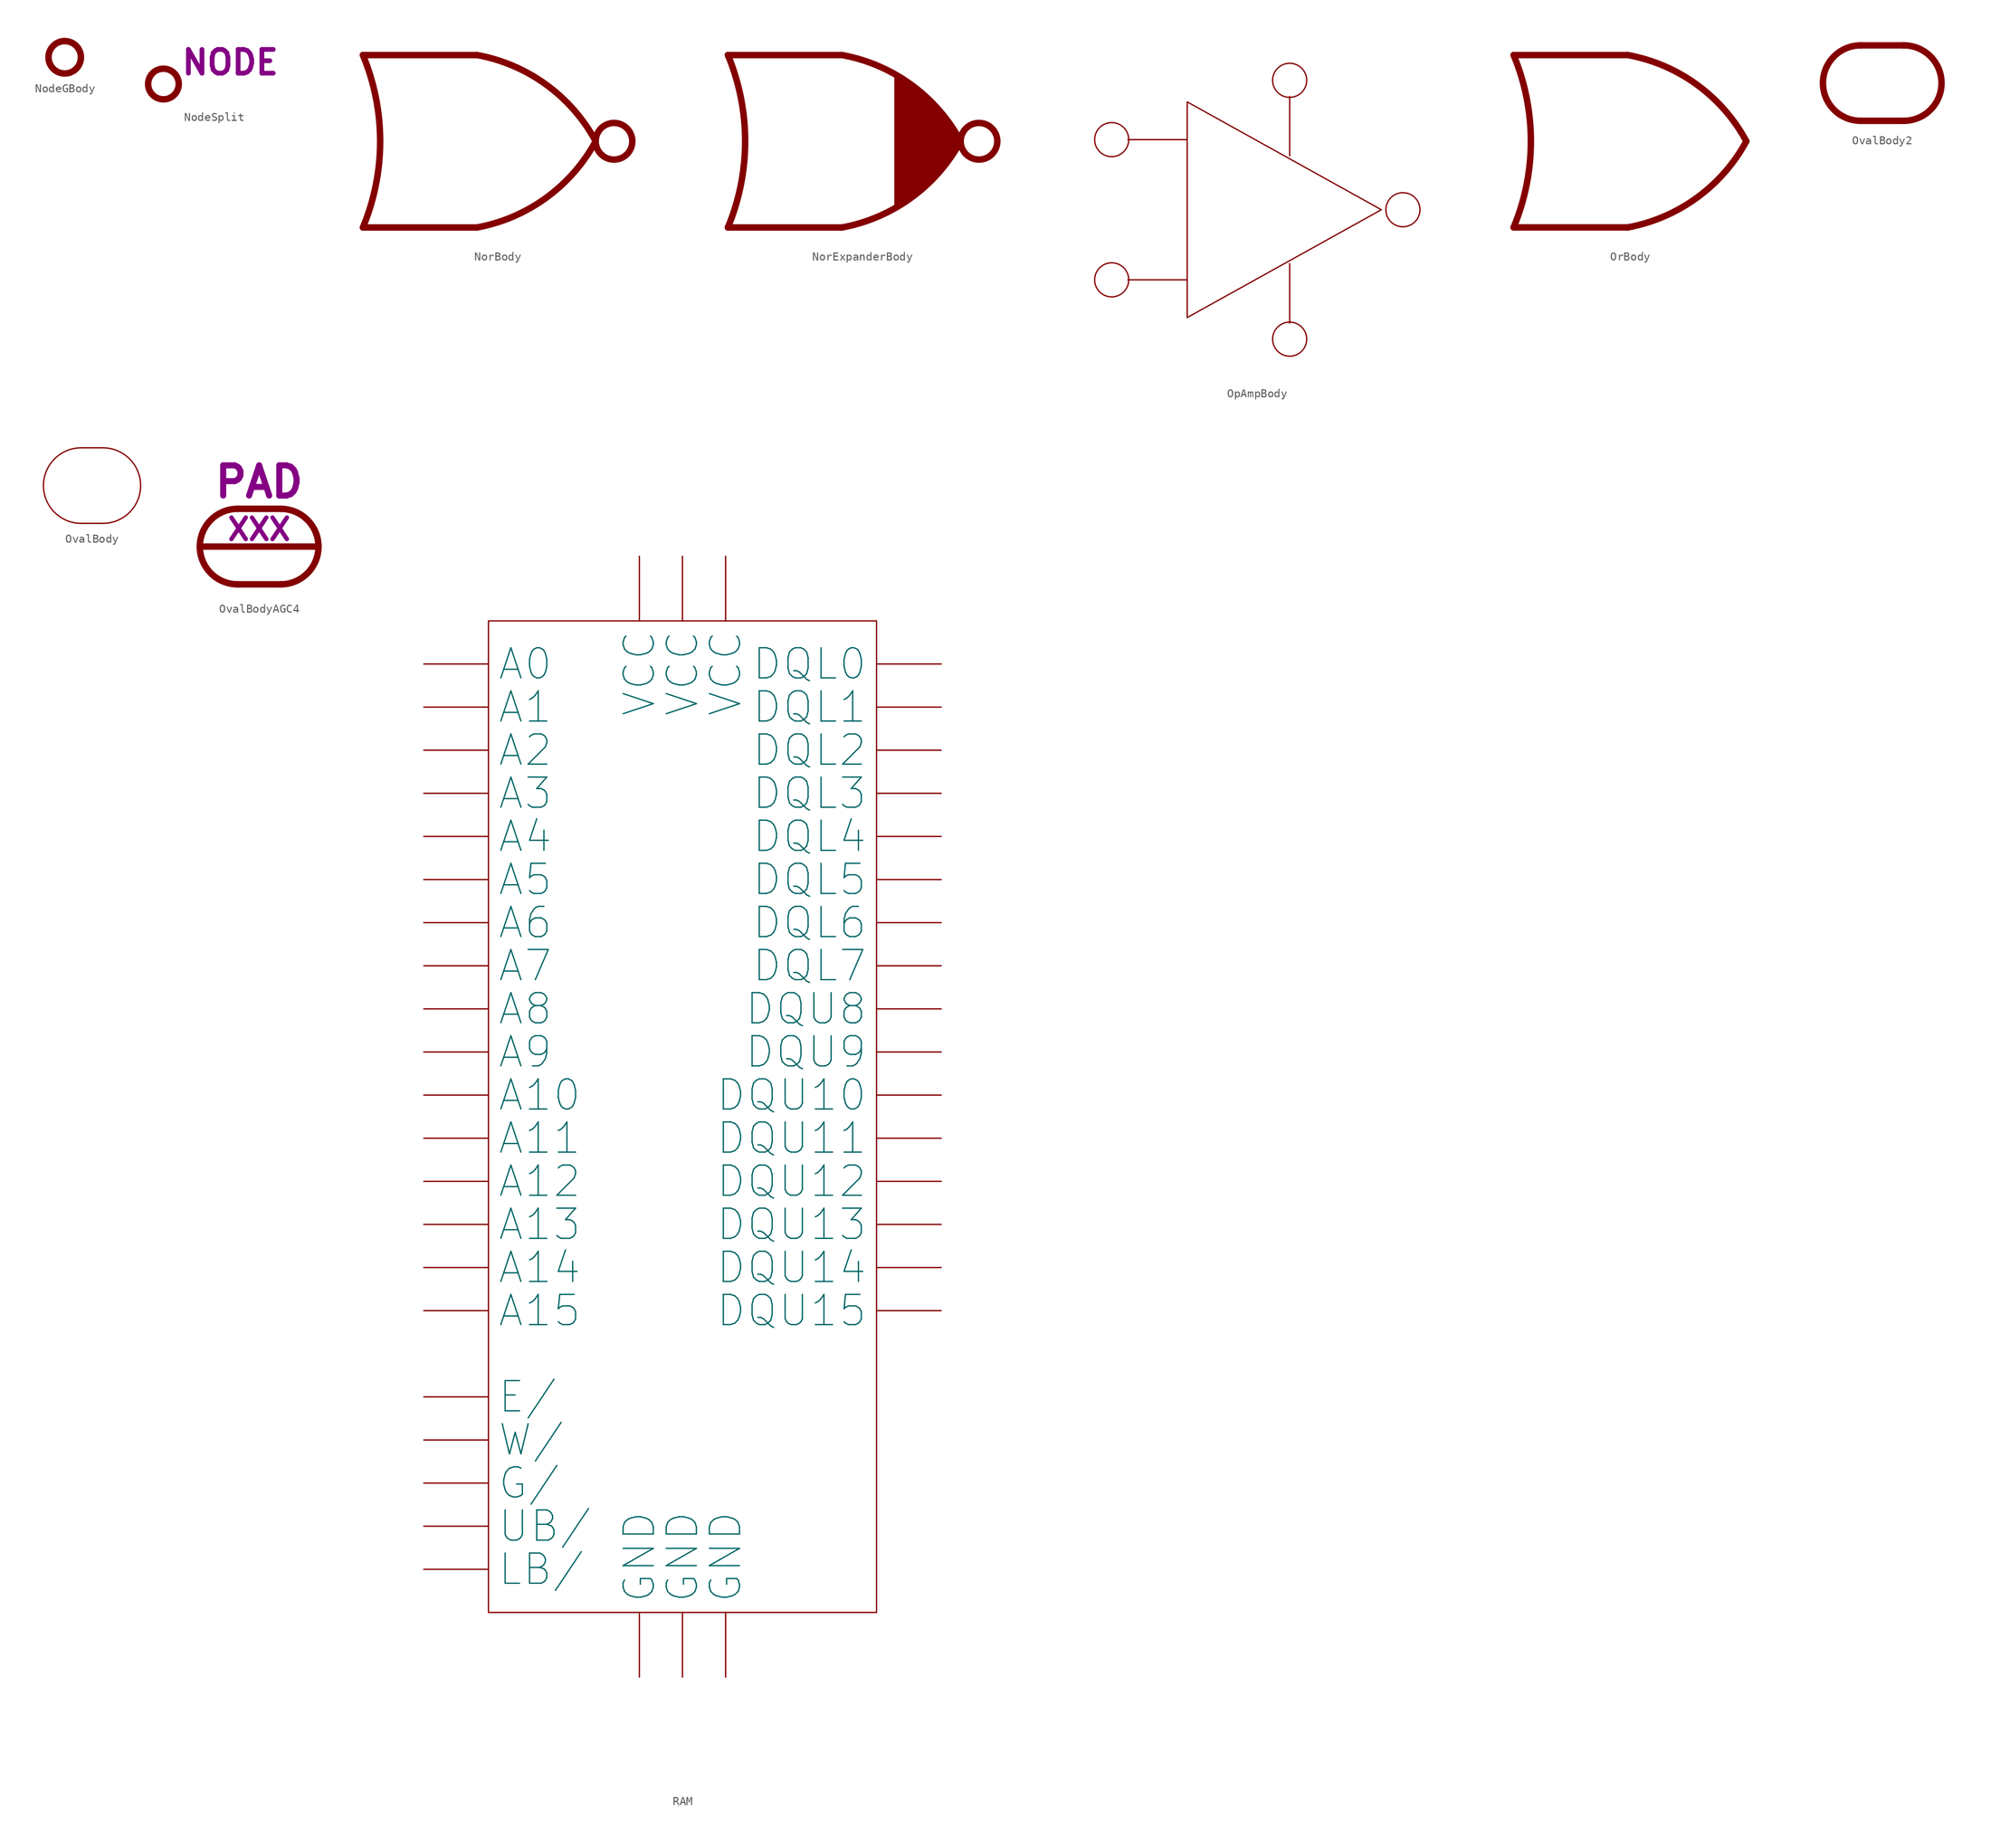
<source format=kicad_sym>
(kicad_symbol_lib
  (version 20211014)
  (generator kicad_symbol_editor)
  (symbol "NodeGBody"
    (pin_numbers hide)
    (pin_names
      (offset 0) hide)
    (property "Reference" "N"
      (at 0 -5.08 0)
      (effects (font (size 1.27 1.27)) hide))
    (symbol "NodeGBody_0_1"
      (circle (center 0 0) (radius 1.905) (stroke (width 0.762) (type default) (color 0 0 0 0)) (fill (type none)))))
  (symbol "NodeSplit"
    (pin_numbers hide)
    (pin_names
      (offset 0) hide)
    (property "Reference" "N"
      (at 0 -3.175 0)
      (effects (font (size 1.27 1.27)) hide))
    (property "Caption" "NODE"
      (at 1.905 2.54 0)
      (effects (font (size 2.794 2.794) bold) (justify left)))
    (symbol "NodeSplit_0_1"
      (circle (center 0 0) (radius 1.803) (stroke (width 0.762) (type default) (color 0 0 0 0)) (fill (type none))))
    (symbol "NodeSplit_1_1"
      (pin passive line (at 1.905 0 180) (length 0) (name "1" (effects (font (size 1.27 1.27)))) (number "1" (effects (font (size 1.27 1.27)))))
      (pin passive line (at -1.905 0 0) (length 0) (name "2" (effects (font (size 1.27 1.27)))) (number "2" (effects (font (size 1.27 1.27)))))))
  (symbol "NorBody"
    (pin_numbers hide)
    (pin_names
      (offset 0) hide)
    (property "Reference" "X"
      (at 0 12.065 0)
      (effects (font (size 1.27 1.27)) hide))
    (symbol "NorBody_0_1"
      (arc (start -12.7 -10.16) (mid -10.668 0) (end -12.7 10.16) (stroke (width 0.762) (type default) (color 0 0 0 0)) (fill (type none)))
      (polyline (pts (xy 0.762 -10.16) (xy -12.7 -10.16)) (stroke (width 0.762) (type default) (color 0 0 0 0)) (fill (type none)))
      (polyline (pts (xy 0.762 10.16) (xy -12.7 10.16)) (stroke (width 0.762) (type default) (color 0 0 0 0)) (fill (type none)))
      (arc (start 0.762 -10.16) (mid 8.8969 -6.663) (end 14.732 0) (stroke (width 0.762) (type default) (color 0 0 0 0)) (fill (type none)))
      (arc (start 14.732 0) (mid 8.9026 6.6708) (end 0.762 10.16) (stroke (width 0.762) (type default) (color 0 0 0 0)) (fill (type none)))
      (circle (center 16.891 0) (radius 2.159) (stroke (width 0.762) (type default) (color 0 0 0 0)) (fill (type none)))))
  (symbol "NorExpanderBody"
    (pin_numbers hide)
    (pin_names
      (offset 0) hide)
    (property "Reference" "X"
      (at 0 12.065 0)
      (effects (font (size 1.27 1.27)) hide))
    (symbol "NorExpanderBody_0_1"
      (arc (start -12.7 -10.16) (mid -10.668 0) (end -12.7 10.16) (stroke (width 0.762) (type default) (color 0 0 0 0)) (fill (type none)))
      (polyline (pts (xy 0.762 -10.16) (xy -12.7 -10.16)) (stroke (width 0.762) (type default) (color 0 0 0 0)) (fill (type none)))
      (polyline (pts (xy 0.762 10.16) (xy -12.7 10.16)) (stroke (width 0.762) (type default) (color 0 0 0 0)) (fill (type none)))
      (polyline (pts (xy 6.985 7.747) (xy 6.985 -8.001) (xy 8.636 -6.858) (xy 10.16 -5.588) (xy 11.303 -4.318) (xy 12.319 -3.302) (xy 13.208 -2.159) (xy 13.716 -1.397) (xy 14.605 0) (xy 13.843 1.397) (xy 12.192 3.429) (xy 10.795 4.953) (xy 9.525 6.223) (xy 7.874 7.366) (xy 6.985 7.747) (xy 7.112 7.62)) (stroke (width 0) (type default) (color 0 0 0 0)) (fill (type outline)))
      (arc (start 0.762 -10.16) (mid 8.8969 -6.663) (end 14.732 0) (stroke (width 0.762) (type default) (color 0 0 0 0)) (fill (type none)))
      (arc (start 14.732 0) (mid 8.9026 6.6708) (end 0.762 10.16) (stroke (width 0.762) (type default) (color 0 0 0 0)) (fill (type none)))
      (circle (center 16.891 0) (radius 2.159) (stroke (width 0.762) (type default) (color 0 0 0 0)) (fill (type none)))))
  (symbol "OpAmpBody"
    (pin_names
      (offset 0) hide)
    (property "Reference" "X"
      (at 7.62 0 0)
      (effects (font (size 3.556 3.556)) hide))
    (symbol "OpAmpBody_0_1"
      (circle (center -8.89 -8.255) (radius 2.007) (stroke (width 0) (type default) (color 0 0 0 0)) (fill (type none)))
      (circle (center -8.89 8.255) (radius 2.007) (stroke (width 0) (type default) (color 0 0 0 0)) (fill (type none)))
      (polyline (pts (xy 0 -8.255) (xy -6.985 -8.255)) (stroke (width 0) (type default) (color 0 0 0 0)) (fill (type none)))
      (polyline (pts (xy 0 8.255) (xy -6.985 8.255)) (stroke (width 0) (type default) (color 0 0 0 0)) (fill (type none)))
      (polyline (pts (xy 12.065 -6.35) (xy 12.065 -13.335)) (stroke (width 0) (type default) (color 0 0 0 0)) (fill (type none)))
      (polyline (pts (xy 12.065 6.35) (xy 12.065 13.335)) (stroke (width 0) (type default) (color 0 0 0 0)) (fill (type none)))
      (polyline (pts (xy 0 12.7) (xy 0 -12.7) (xy 22.86 0) (xy 0 12.7)) (stroke (width 0) (type default) (color 0 0 0 0)) (fill (type none)))
      (circle (center 12.065 -15.24) (radius 2.007) (stroke (width 0) (type default) (color 0 0 0 0)) (fill (type none)))
      (circle (center 12.065 15.24) (radius 2.007) (stroke (width 0) (type default) (color 0 0 0 0)) (fill (type none)))
      (circle (center 25.4 0) (radius 2.007) (stroke (width 0) (type default) (color 0 0 0 0)) (fill (type none)))))
  (symbol "OrBody"
    (pin_numbers hide)
    (pin_names
      (offset 0) hide)
    (property "Reference" "X"
      (at 0 12.065 0)
      (effects (font (size 1.27 1.27)) hide))
    (symbol "OrBody_0_1"
      (arc (start -12.7 -10.16) (mid -10.668 0) (end -12.7 10.16) (stroke (width 0.762) (type default) (color 0 0 0 0)) (fill (type none)))
      (polyline (pts (xy 0.762 -10.16) (xy -12.7 -10.16)) (stroke (width 0.762) (type default) (color 0 0 0 0)) (fill (type none)))
      (polyline (pts (xy 0.762 10.16) (xy -12.7 10.16)) (stroke (width 0.762) (type default) (color 0 0 0 0)) (fill (type none)))
      (arc (start 0.762 -10.16) (mid 8.8969 -6.663) (end 14.732 0) (stroke (width 0.762) (type default) (color 0 0 0 0)) (fill (type none)))
      (arc (start 14.732 0) (mid 8.9026 6.6708) (end 0.762 10.16) (stroke (width 0.762) (type default) (color 0 0 0 0)) (fill (type none)))))
  (symbol "OvalBody2"
    (pin_numbers hide)
    (pin_names
      (offset 0) hide)
    (property "Reference" "X"
      (at 1.27 -7.62 0)
      (effects (font (size 3.556 3.556)) hide))
    (symbol "OvalBody2_1_0"
      (arc (start -2.54 4.445) (mid -6.985 0) (end -2.54 -4.445) (stroke (width 0.762) (type default) (color 0 0 0 0)) (fill (type none)))
      (polyline (pts (xy -2.54 -4.445) (xy 2.54 -4.445)) (stroke (width 0.762) (type default) (color 0 0 0 0)) (fill (type none)))
      (polyline (pts (xy -2.54 4.445) (xy 2.54 4.445)) (stroke (width 0.762) (type default) (color 0 0 0 0)) (fill (type none)))
      (arc (start 2.54 -4.445) (mid 6.985 0) (end 2.54 4.445) (stroke (width 0.762) (type default) (color 0 0 0 0)) (fill (type none)))))
  (symbol "OvalBody"
    (pin_numbers hide)
    (pin_names
      (offset 0) hide)
    (property "Reference" "X"
      (at 0 5.715 0)
      (effects (font (size 1.27 1.27)) hide))
    (symbol "OvalBody_0_0"
      (arc (start -1.27 4.445) (mid -5.715 0) (end -1.27 -4.445) (stroke (width 0) (type default) (color 0 0 0 0)) (fill (type none)))
      (polyline (pts (xy -1.27 -4.445) (xy 1.27 -4.445)) (stroke (width 0) (type default) (color 0 0 0 0)) (fill (type none)))
      (polyline (pts (xy -1.27 4.445) (xy 1.27 4.445)) (stroke (width 0) (type default) (color 0 0 0 0)) (fill (type none)))
      (arc (start 1.27 -4.445) (mid 5.715 0) (end 1.27 4.445) (stroke (width 0) (type default) (color 0 0 0 0)) (fill (type none)))))
  (symbol "OvalBodyAGC4"
    (pin_numbers hide)
    (pin_names
      (offset 0) hide)
    (property "Reference" "X"
      (at 1.27 -7.62 0)
      (effects (font (size 3.556 3.556)) hide))
    (property "agc4" "XXX"
      (at 0 2.032 0)
      (effects (font (size 2.54 2.54) bold)))
    (property "Caption" "PAD"
      (at 0 7.62 0)
      (effects (font (size 3.556 3.556) bold)))
    (symbol "OvalBodyAGC4_0_1"
      (polyline (pts (xy -6.985 0) (xy 6.985 0)) (stroke (width 0.762) (type default) (color 0 0 0 0)) (fill (type none))))
    (symbol "OvalBodyAGC4_1_0"
      (arc (start -2.54 4.445) (mid -6.985 0) (end -2.54 -4.445) (stroke (width 0.762) (type default) (color 0 0 0 0)) (fill (type none)))
      (polyline (pts (xy -2.54 -4.445) (xy 2.54 -4.445)) (stroke (width 0.762) (type default) (color 0 0 0 0)) (fill (type none)))
      (polyline (pts (xy -2.54 4.445) (xy 2.54 4.445)) (stroke (width 0.762) (type default) (color 0 0 0 0)) (fill (type none)))
      (arc (start 2.54 -4.445) (mid 6.985 0) (end 2.54 4.445) (stroke (width 0.762) (type default) (color 0 0 0 0)) (fill (type none)))))
  (symbol "RAM"
    (pin_numbers hide)
    (pin_names
      (offset 1.016))
    (property "Reference" "B"
      (at -8.89 0 0)
      (effects (font (size 3.556 3.556)) hide))
    (symbol "RAM_0_1"
      (polyline (pts (xy -7.62 -5.08) (xy -7.62 -121.92) (xy 38.1 -121.92) (xy 38.1 -10.16) (xy 38.1 -5.08) (xy -7.62 -5.08)) (stroke (width 0) (type default) (color 0 0 0 0)) (fill (type none))))
    (symbol "RAM_1_1"
      (pin input line (at -15.24 -10.16 0) (length 7.62) (name "A0" (effects (font (size 3.556 3.556)))) (number "1" (effects (font (size 3.556 3.556)))))
      (pin tri_state line (at 45.72 -25.4 180) (length 7.62) (name "DQL3" (effects (font (size 3.556 3.556)))) (number "10" (effects (font (size 3.556 3.556)))))
      (pin power_in line (at 10.16 2.54 270) (length 7.62) (name "VCC" (effects (font (size 3.556 3.556)))) (number "11" (effects (font (size 3.556 3.556)))))
      (pin power_in line (at 10.16 -129.54 90) (length 7.62) (name "GND" (effects (font (size 3.556 3.556)))) (number "12" (effects (font (size 3.556 3.556)))))
      (pin tri_state line (at 45.72 -30.48 180) (length 7.62) (name "DQL4" (effects (font (size 3.556 3.556)))) (number "13" (effects (font (size 3.556 3.556)))))
      (pin tri_state line (at 45.72 -35.56 180) (length 7.62) (name "DQL5" (effects (font (size 3.556 3.556)))) (number "14" (effects (font (size 3.556 3.556)))))
      (pin tri_state line (at 45.72 -40.64 180) (length 7.62) (name "DQL6" (effects (font (size 3.556 3.556)))) (number "15" (effects (font (size 3.556 3.556)))))
      (pin tri_state line (at 45.72 -45.72 180) (length 7.62) (name "DQL7" (effects (font (size 3.556 3.556)))) (number "16" (effects (font (size 3.556 3.556)))))
      (pin input line (at -15.24 -101.6 0) (length 7.62) (name "W/" (effects (font (size 3.556 3.556)))) (number "17" (effects (font (size 3.556 3.556)))))
      (pin input line (at -15.24 -35.56 0) (length 7.62) (name "A5" (effects (font (size 3.556 3.556)))) (number "18" (effects (font (size 3.556 3.556)))))
      (pin input line (at -15.24 -40.64 0) (length 7.62) (name "A6" (effects (font (size 3.556 3.556)))) (number "19" (effects (font (size 3.556 3.556)))))
      (pin input line (at -15.24 -15.24 0) (length 7.62) (name "A1" (effects (font (size 3.556 3.556)))) (number "2" (effects (font (size 3.556 3.556)))))
      (pin input line (at -15.24 -45.72 0) (length 7.62) (name "A7" (effects (font (size 3.556 3.556)))) (number "20" (effects (font (size 3.556 3.556)))))
      (pin input line (at -15.24 -50.8 0) (length 7.62) (name "A8" (effects (font (size 3.556 3.556)))) (number "21" (effects (font (size 3.556 3.556)))))
      (pin input line (at -15.24 -55.88 0) (length 7.62) (name "A9" (effects (font (size 3.556 3.556)))) (number "22" (effects (font (size 3.556 3.556)))))
      (pin input line (at -15.24 -60.96 0) (length 7.62) (name "A10" (effects (font (size 3.556 3.556)))) (number "23" (effects (font (size 3.556 3.556)))))
      (pin input line (at -15.24 -66.04 0) (length 7.62) (name "A11" (effects (font (size 3.556 3.556)))) (number "24" (effects (font (size 3.556 3.556)))))
      (pin input line (at -15.24 -71.12 0) (length 7.62) (name "A12" (effects (font (size 3.556 3.556)))) (number "25" (effects (font (size 3.556 3.556)))))
      (pin power_in line (at 15.24 -129.54 90) (length 7.62) (name "GND" (effects (font (size 3.556 3.556)))) (number "26" (effects (font (size 3.556 3.556)))))
      (pin power_in line (at 15.24 2.54 270) (length 7.62) (name "VCC" (effects (font (size 3.556 3.556)))) (number "27" (effects (font (size 3.556 3.556)))))
      (pin tri_state line (at 45.72 -50.8 180) (length 7.62) (name "DQU8" (effects (font (size 3.556 3.556)))) (number "29" (effects (font (size 3.556 3.556)))))
      (pin input line (at -15.24 -20.32 0) (length 7.62) (name "A2" (effects (font (size 3.556 3.556)))) (number "3" (effects (font (size 3.556 3.556)))))
      (pin tri_state line (at 45.72 -55.88 180) (length 7.62) (name "DQU9" (effects (font (size 3.556 3.556)))) (number "30" (effects (font (size 3.556 3.556)))))
      (pin tri_state line (at 45.72 -60.96 180) (length 7.62) (name "DQU10" (effects (font (size 3.556 3.556)))) (number "31" (effects (font (size 3.556 3.556)))))
      (pin tri_state line (at 45.72 -66.04 180) (length 7.62) (name "DQU11" (effects (font (size 3.556 3.556)))) (number "32" (effects (font (size 3.556 3.556)))))
      (pin power_in line (at 20.32 2.54 270) (length 7.62) (name "VCC" (effects (font (size 3.556 3.556)))) (number "33" (effects (font (size 3.556 3.556)))))
      (pin power_in line (at 20.32 -129.54 90) (length 7.62) (name "GND" (effects (font (size 3.556 3.556)))) (number "34" (effects (font (size 3.556 3.556)))))
      (pin tri_state line (at 45.72 -71.12 180) (length 7.62) (name "DQU12" (effects (font (size 3.556 3.556)))) (number "35" (effects (font (size 3.556 3.556)))))
      (pin tri_state line (at 45.72 -76.2 180) (length 7.62) (name "DQU13" (effects (font (size 3.556 3.556)))) (number "36" (effects (font (size 3.556 3.556)))))
      (pin tri_state line (at 45.72 -81.28 180) (length 7.62) (name "DQU14" (effects (font (size 3.556 3.556)))) (number "37" (effects (font (size 3.556 3.556)))))
      (pin tri_state line (at 45.72 -86.36 180) (length 7.62) (name "DQU15" (effects (font (size 3.556 3.556)))) (number "38" (effects (font (size 3.556 3.556)))))
      (pin input line (at -15.24 -116.84 0) (length 7.62) (name "LB/" (effects (font (size 3.556 3.556)))) (number "39" (effects (font (size 3.556 3.556)))))
      (pin input line (at -15.24 -25.4 0) (length 7.62) (name "A3" (effects (font (size 3.556 3.556)))) (number "4" (effects (font (size 3.556 3.556)))))
      (pin input line (at -15.24 -111.76 0) (length 7.62) (name "UB/" (effects (font (size 3.556 3.556)))) (number "40" (effects (font (size 3.556 3.556)))))
      (pin input line (at -15.24 -106.68 0) (length 7.62) (name "G/" (effects (font (size 3.556 3.556)))) (number "41" (effects (font (size 3.556 3.556)))))
      (pin input line (at -15.24 -76.2 0) (length 7.62) (name "A13" (effects (font (size 3.556 3.556)))) (number "42" (effects (font (size 3.556 3.556)))))
      (pin input line (at -15.24 -81.28 0) (length 7.62) (name "A14" (effects (font (size 3.556 3.556)))) (number "43" (effects (font (size 3.556 3.556)))))
      (pin input line (at -15.24 -86.36 0) (length 7.62) (name "A15" (effects (font (size 3.556 3.556)))) (number "44" (effects (font (size 3.556 3.556)))))
      (pin input line (at -15.24 -30.48 0) (length 7.62) (name "A4" (effects (font (size 3.556 3.556)))) (number "5" (effects (font (size 3.556 3.556)))))
      (pin input line (at -15.24 -96.52 0) (length 7.62) (name "E/" (effects (font (size 3.556 3.556)))) (number "6" (effects (font (size 3.556 3.556)))))
      (pin tri_state line (at 45.72 -10.16 180) (length 7.62) (name "DQL0" (effects (font (size 3.556 3.556)))) (number "7" (effects (font (size 3.556 3.556)))))
      (pin tri_state line (at 45.72 -15.24 180) (length 7.62) (name "DQL1" (effects (font (size 3.556 3.556)))) (number "8" (effects (font (size 3.556 3.556)))))
      (pin tri_state line (at 45.72 -20.32 180) (length 7.62) (name "DQL2" (effects (font (size 3.556 3.556)))) (number "9" (effects (font (size 3.556 3.556))))))))
</source>
